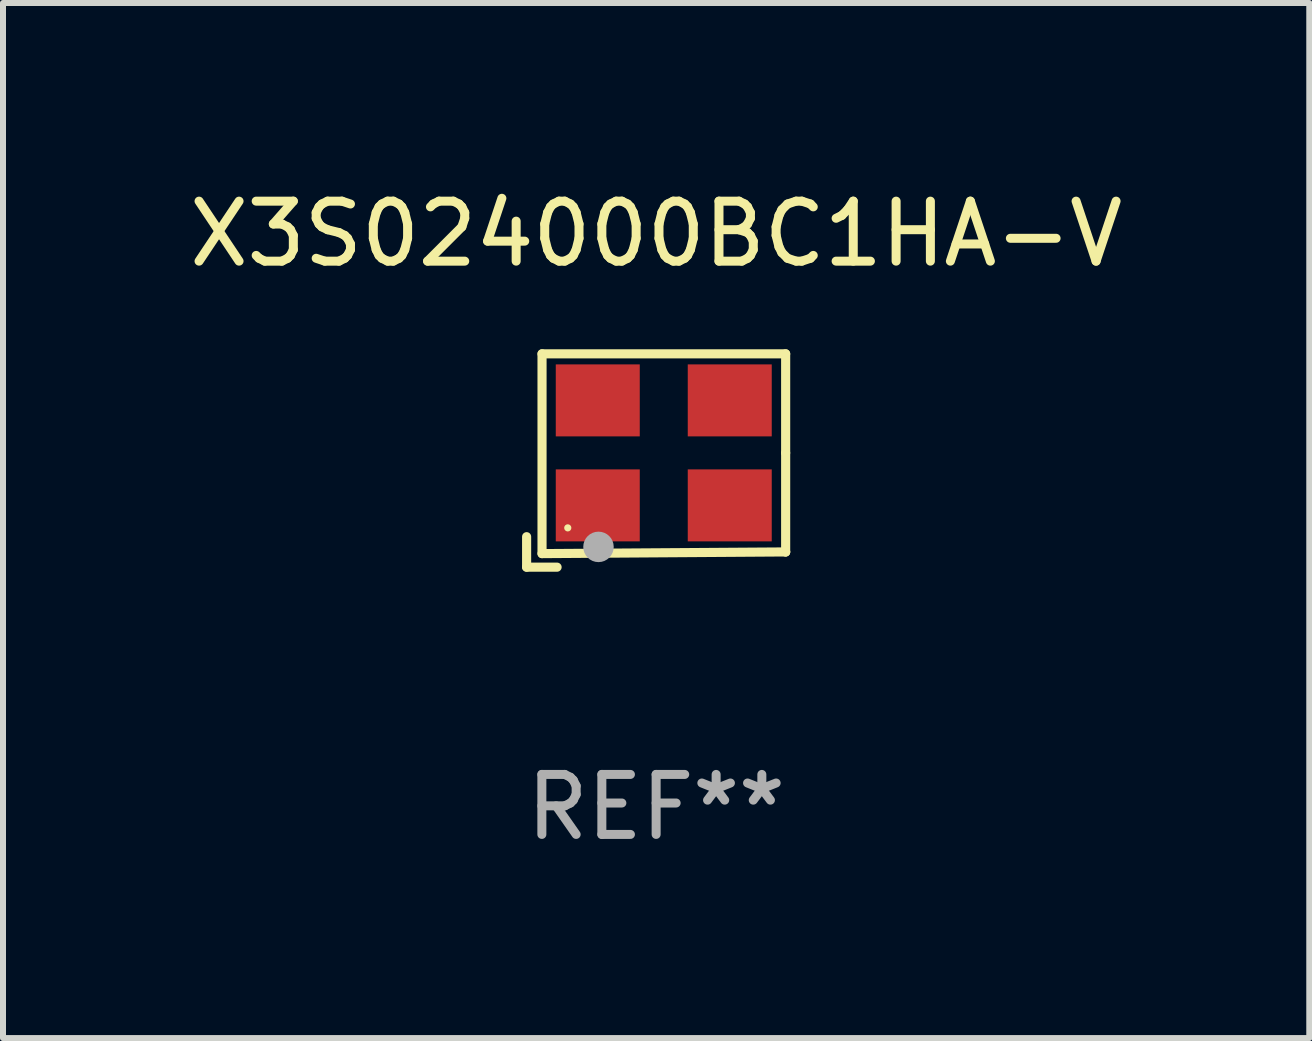
<source format=kicad_pcb>
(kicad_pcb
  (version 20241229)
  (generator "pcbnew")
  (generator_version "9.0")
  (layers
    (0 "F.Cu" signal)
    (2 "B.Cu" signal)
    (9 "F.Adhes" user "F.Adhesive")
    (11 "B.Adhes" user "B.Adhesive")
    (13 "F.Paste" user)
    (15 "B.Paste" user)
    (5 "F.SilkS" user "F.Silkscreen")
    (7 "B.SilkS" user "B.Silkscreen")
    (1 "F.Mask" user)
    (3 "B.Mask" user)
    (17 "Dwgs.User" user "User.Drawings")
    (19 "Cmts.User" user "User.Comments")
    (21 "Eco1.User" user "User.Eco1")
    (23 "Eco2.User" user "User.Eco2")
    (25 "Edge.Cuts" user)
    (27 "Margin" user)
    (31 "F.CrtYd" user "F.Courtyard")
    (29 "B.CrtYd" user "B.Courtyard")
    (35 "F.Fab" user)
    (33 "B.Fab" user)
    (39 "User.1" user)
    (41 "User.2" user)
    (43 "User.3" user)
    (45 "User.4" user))
  (footprint "X3S024000BC1HA-V"
    (layer "F.Cu")
    (at 7.887 4.626)
    (property "Reference" "X3S024000BC1HA-V" (at 0 -3.778 0) (layer "F.SilkS") (effects (font (size 1 1) (thickness 0.15))))
    (attr through_hole)
    (fp_line (start -2.159 1.27) (end -2.159 1.778) (stroke (width 0.152) (type solid)) (layer "F.SilkS"))
    (fp_line (start -2.159 1.778) (end -1.651 1.778) (stroke (width 0.152) (type solid)) (layer "F.SilkS"))
    (fp_line (start -1.902 -1.778) (end 2.159 -1.778) (stroke (width 0.152) (type solid)) (layer "F.SilkS"))
    (fp_line (start -1.902 1.552) (end -1.902 -1.778) (stroke (width 0.152) (type solid)) (layer "F.SilkS"))
    (fp_line (start 2.159 -1.778) (end 2.159 -0.127) (stroke (width 0.152) (type solid)) (layer "F.SilkS"))
    (fp_line (start 2.159 -0.127) (end 2.159 1.524) (stroke (width 0.152) (type solid)) (layer "F.SilkS"))
    (fp_line (start 2.159 1.524) (end -1.902 1.552) (stroke (width 0.152) (type solid)) (layer "F.SilkS"))
    (fp_line (start 2.159 1.524) (end 2.159 1.524) (stroke (width 0.152) (type solid)) (layer "F.SilkS"))
    (fp_circle (center -1.473 1.123) (end -1.443 1.123) (stroke (width 0.06) (type solid)) (fill no) (layer "F.SilkS"))
    (fp_circle (center -0.961 1.44) (end -0.834 1.44) (stroke (width 0.254) (type solid)) (fill no) (layer "F.Fab"))
    (fp_text user "REF**" (at 0 5.778 0) (layer "F.Fab") (effects (font (size 1 1) (thickness 0.15))))
    (pad "1" smd rect (at -0.973 0.748) (size 1.4 1.2) (layers "F.Cu" "F.Mask" "F.Paste"))
    (pad "2" smd rect (at 1.227 0.748) (size 1.4 1.2) (layers "F.Cu" "F.Mask" "F.Paste"))
    (pad "3" smd rect (at 1.227 -1.002) (size 1.4 1.2) (layers "F.Cu" "F.Mask" "F.Paste"))
    (pad "4" smd rect (at -0.973 -1.002) (size 1.4 1.2) (layers "F.Cu" "F.Mask" "F.Paste")))
  (gr_rect
    (start -3 -3)
    (end 18.774 14.253)
    (stroke (width 0.1) (type default))
    (fill no)
    (layer "Edge.Cuts")))
</source>
